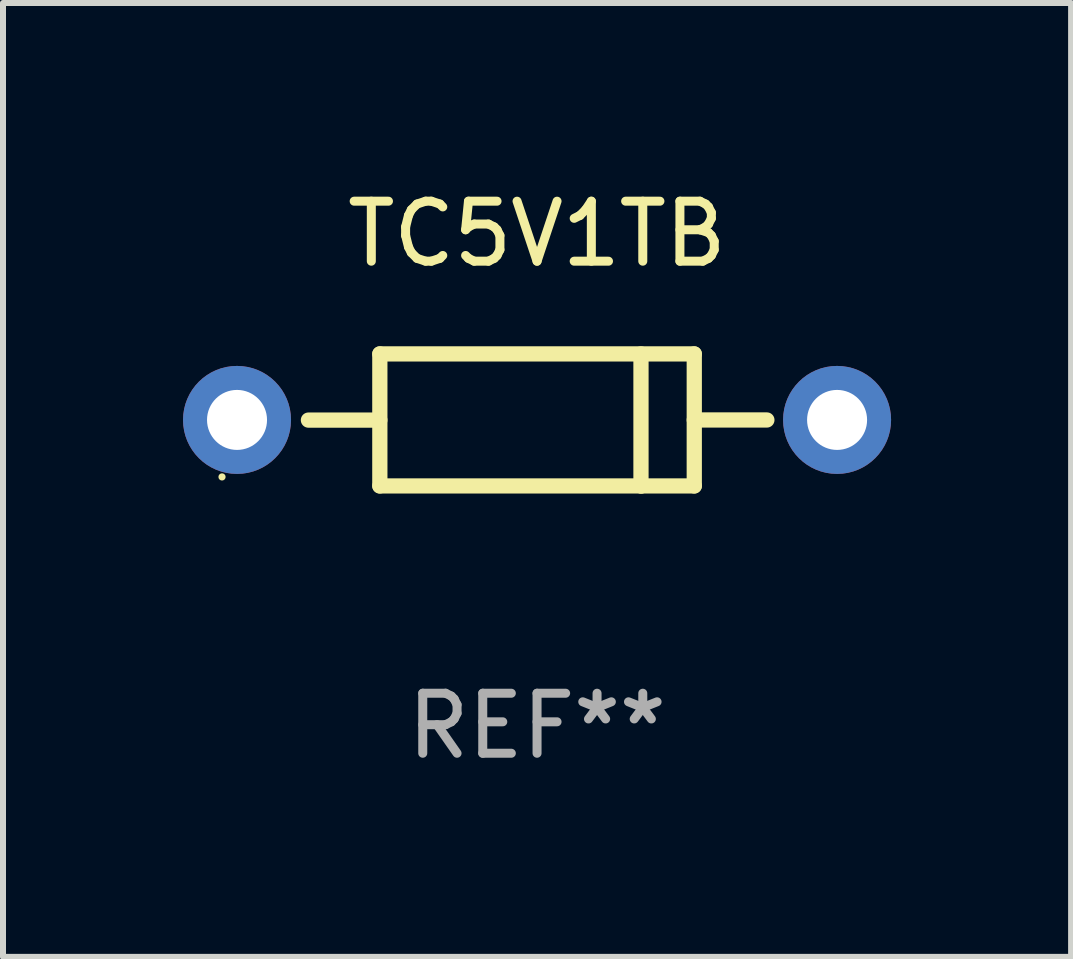
<source format=kicad_pcb>
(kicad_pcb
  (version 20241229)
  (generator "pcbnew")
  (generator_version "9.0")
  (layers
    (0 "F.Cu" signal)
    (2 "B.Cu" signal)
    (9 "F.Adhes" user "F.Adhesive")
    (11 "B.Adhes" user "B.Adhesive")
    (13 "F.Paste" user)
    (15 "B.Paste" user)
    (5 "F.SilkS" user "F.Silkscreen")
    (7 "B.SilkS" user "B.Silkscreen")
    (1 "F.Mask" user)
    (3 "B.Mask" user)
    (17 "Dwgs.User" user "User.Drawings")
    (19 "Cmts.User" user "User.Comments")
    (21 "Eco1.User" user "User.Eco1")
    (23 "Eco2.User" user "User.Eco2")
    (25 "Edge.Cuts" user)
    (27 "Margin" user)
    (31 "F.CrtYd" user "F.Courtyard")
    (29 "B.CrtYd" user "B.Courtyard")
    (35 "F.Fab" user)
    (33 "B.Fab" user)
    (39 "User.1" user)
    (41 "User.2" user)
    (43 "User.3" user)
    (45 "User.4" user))
  (footprint "TC5V1TB"
    (layer "F.Cu")
    (at 5.9 3.948)
    (property "Reference" "TC5V1TB" (at 0 -3.1 0) (layer "F.SilkS") (effects (font (size 1 1) (thickness 0.15))))
    (attr through_hole)
    (fp_line (start -2.62 -1.1) (end -2.62 1.1) (stroke (width 0.254) (type solid)) (layer "F.SilkS"))
    (fp_line (start -2.62 -1.1) (end 2.62 -1.1) (stroke (width 0.254) (type solid)) (layer "F.SilkS"))
    (fp_line (start -2.62 0.003) (end -3.81 0.003) (stroke (width 0.254) (type solid)) (layer "F.SilkS"))
    (fp_line (start -2.62 1.1) (end 2.62 1.1) (stroke (width 0.254) (type solid)) (layer "F.SilkS"))
    (fp_line (start 1.732 -1.1) (end 1.732 1.1) (stroke (width 0.254) (type solid)) (layer "F.SilkS"))
    (fp_line (start 1.732 1.1) (end 1.741 1.1) (stroke (width 0.254) (type solid)) (layer "F.SilkS"))
    (fp_line (start 2.62 -1.1) (end 2.62 1.1) (stroke (width 0.254) (type solid)) (layer "F.SilkS"))
    (fp_line (start 2.62 0.001) (end 3.83 0.001) (stroke (width 0.254) (type solid)) (layer "F.SilkS"))
    (fp_circle (center -5.25 0.95) (end -5.22 0.95) (stroke (width 0.06) (type solid)) (fill no) (layer "F.SilkS"))
    (fp_text user "REF**" (at 0 5.1 0) (layer "F.Fab") (effects (font (size 1 1) (thickness 0.15))))
    (pad "1" thru_hole circle (at -5 0) (size 1.8 1.8) (drill 1) (layers "*.Cu" "*.Mask"))
    (pad "2" thru_hole circle (at 5 0) (size 1.8 1.8) (drill 1) (layers "*.Cu" "*.Mask")))
  (gr_rect
    (start -3 -3)
    (end 14.8 12.896)
    (stroke (width 0.1) (type default))
    (fill no)
    (layer "Edge.Cuts")))
</source>
